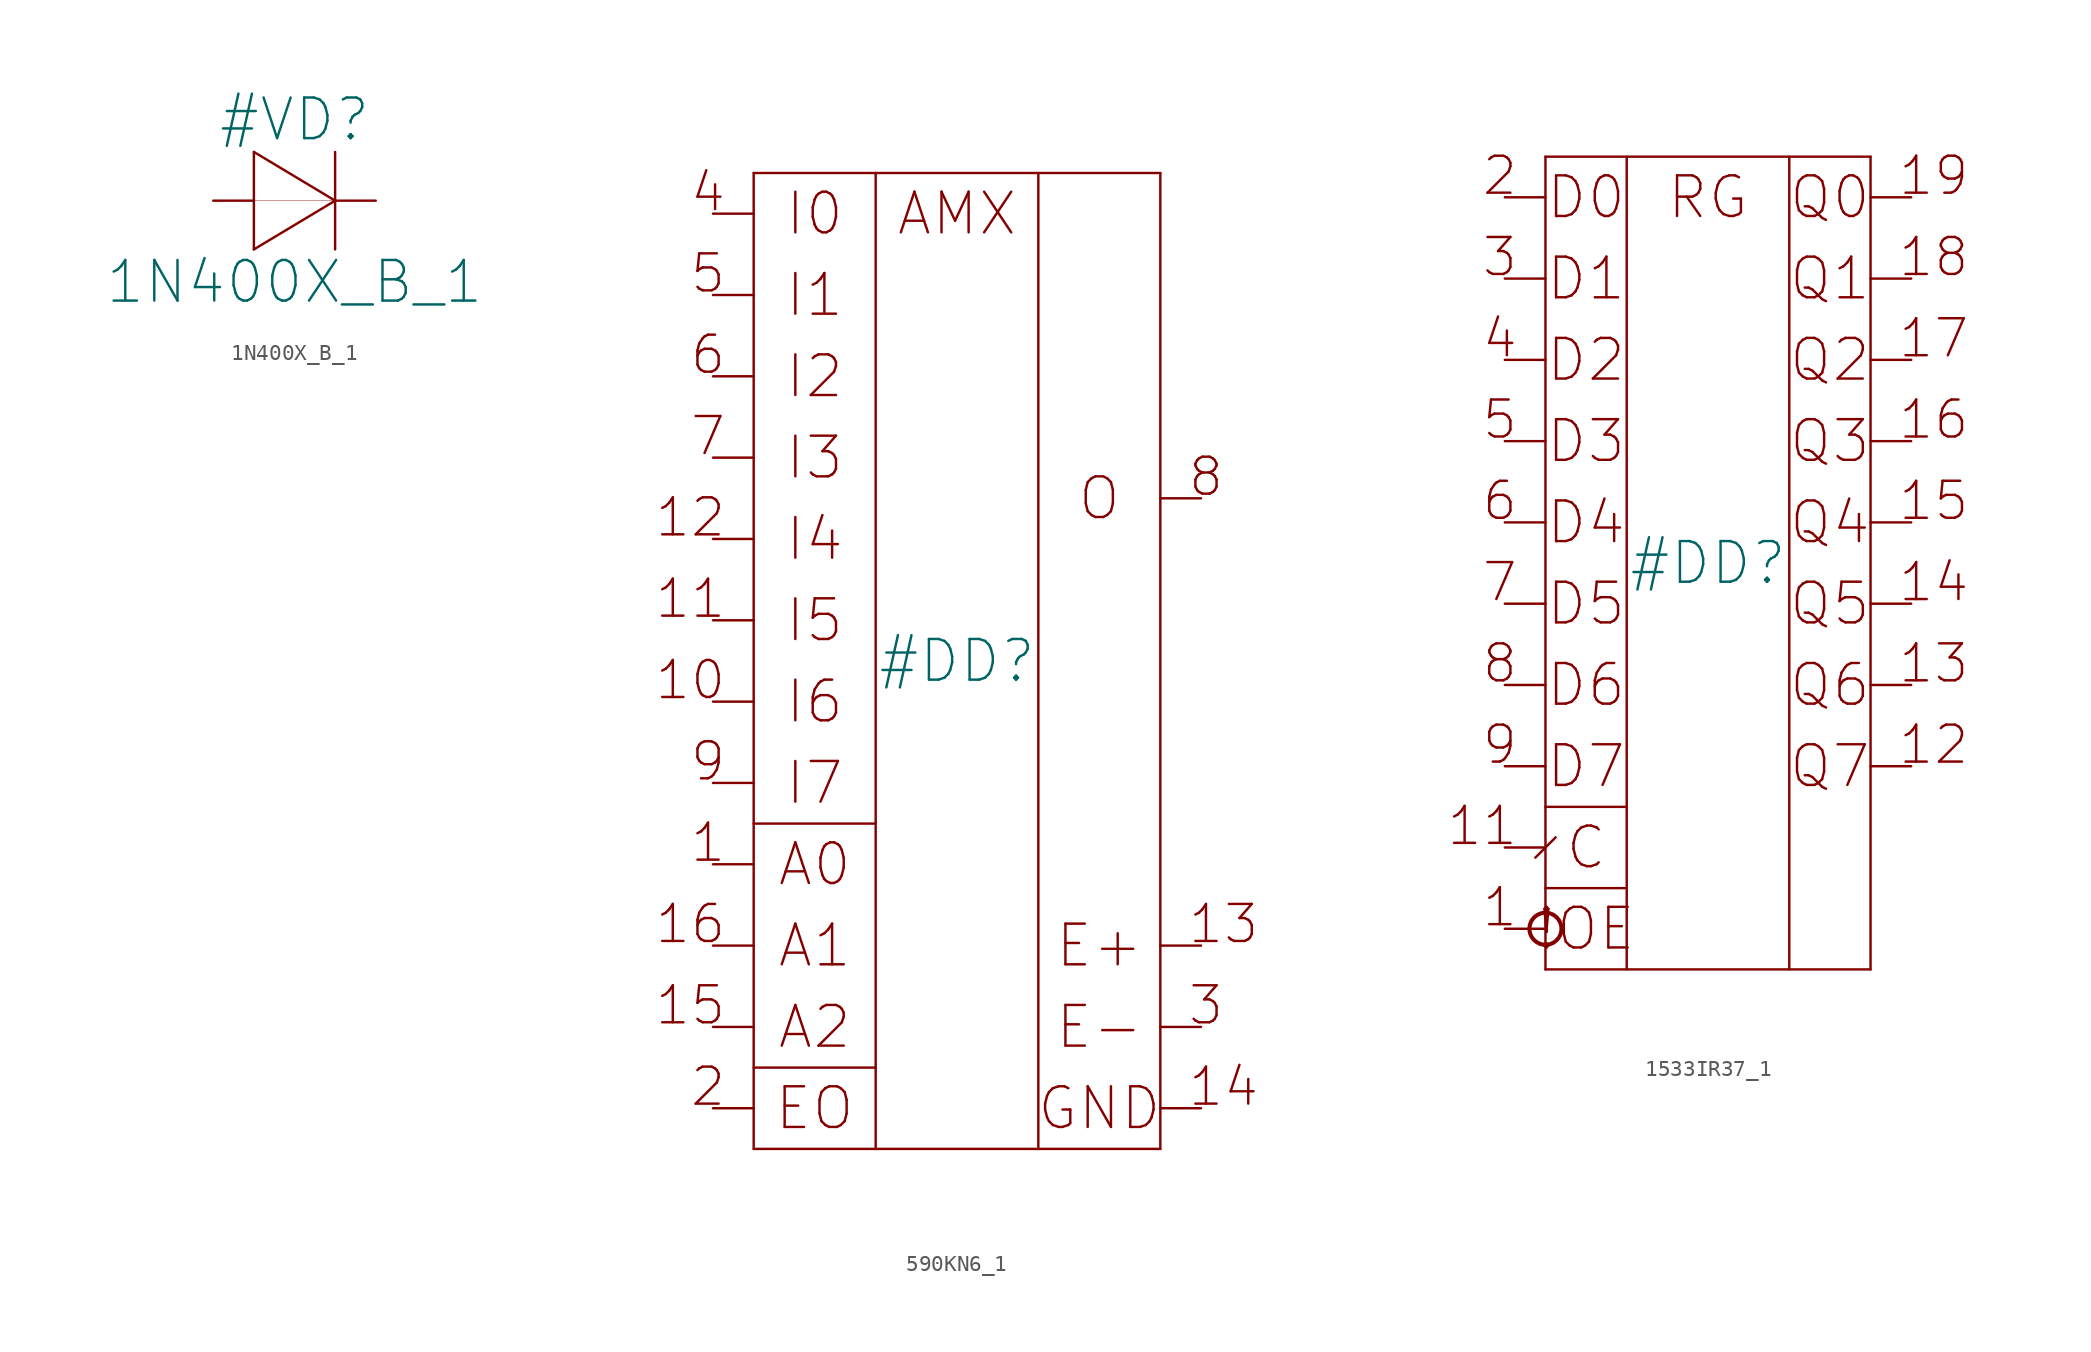
<source format=kicad_sym>
(kicad_symbol_lib
  (version 20211014)
  (generator kicad_symbol_editor)
  (symbol "1N400X_B_1"
    (property "Reference" "#VD"
      (at 5.08 5.08 0)
      (effects (font (size 2.54 2.54))))
    (property "Value" "1N400X_B_1"
      (at 5.08 -5.08 0)
      (effects (font (size 2.54 2.54))))
    (property "ki_locked" ""
      (at 0 0 0)
      (effects (font (size 1.27 1.27))))
    (symbol "1N400X_B_1_1_0"
      (polyline (pts (xy 2.54 -3.048) (xy 7.62 0)) (stroke (width 0.152) (type default) (color 0 0 0 0)) (fill (type none)))
      (polyline (pts (xy 2.54 0) (xy 7.62 0)) (stroke (width 0.025) (type default) (color 0 0 0 0)) (fill (type none)))
      (polyline (pts (xy 2.54 3.048) (xy 2.54 -3.048)) (stroke (width 0.152) (type default) (color 0 0 0 0)) (fill (type none)))
      (polyline (pts (xy 7.62 0) (xy 2.54 3.048)) (stroke (width 0.152) (type default) (color 0 0 0 0)) (fill (type none)))
      (polyline (pts (xy 7.62 3.048) (xy 7.62 -3.048)) (stroke (width 0.152) (type default) (color 0 0 0 0)) (fill (type none)))
      (pin passive line (at 0 0 0) (length 2.54) (name "A" (effects (font (size 0 0)))) (number "1" (effects (font (size 0 0)))))
      (pin passive line (at 10.16 0 180) (length 2.54) (name "C" (effects (font (size 0 0)))) (number "2" (effects (font (size 0 0)))))))
  (symbol "590KN6_1"
    (property "Reference" "#DD"
      (at 15.24 -27.94 0)
      (effects (font (size 2.54 2.54))))
    (property "ki_locked" ""
      (at 0 0 0)
      (effects (font (size 1.27 1.27))))
    (symbol "590KN6_1_1_0"
      (polyline (pts (xy 2.54 -58.42) (xy 2.54 2.54)) (stroke (width 0.152) (type default) (color 0 0 0 0)) (fill (type none)))
      (polyline (pts (xy 2.54 -53.34) (xy 10.16 -53.34)) (stroke (width 0.152) (type default) (color 0 0 0 0)) (fill (type none)))
      (polyline (pts (xy 2.54 -38.1) (xy 10.16 -38.1)) (stroke (width 0.152) (type default) (color 0 0 0 0)) (fill (type none)))
      (polyline (pts (xy 2.54 2.54) (xy 27.94 2.54)) (stroke (width 0.152) (type default) (color 0 0 0 0)) (fill (type none)))
      (polyline (pts (xy 10.16 2.54) (xy 10.16 -58.42)) (stroke (width 0.152) (type default) (color 0 0 0 0)) (fill (type none)))
      (polyline (pts (xy 20.32 2.54) (xy 20.32 -58.42)) (stroke (width 0.152) (type default) (color 0 0 0 0)) (fill (type none)))
      (polyline (pts (xy 27.94 -58.42) (xy 2.54 -58.42)) (stroke (width 0.152) (type default) (color 0 0 0 0)) (fill (type none)))
      (polyline (pts (xy 27.94 2.54) (xy 27.94 -58.42)) (stroke (width 0.152) (type default) (color 0 0 0 0)) (fill (type none)))
      (text "1" (at 0.889 -40.64 0) (effects (font (size 2.311 2.311)) (justify right bottom)))
      (text "10" (at 0.889 -30.48 0) (effects (font (size 2.311 2.311)) (justify right bottom)))
      (text "11" (at 0.889 -25.4 0) (effects (font (size 2.311 2.311)) (justify right bottom)))
      (text "12" (at 0.889 -20.32 0) (effects (font (size 2.311 2.311)) (justify right bottom)))
      (text "13" (at 29.591 -45.72 0) (effects (font (size 2.311 2.311)) (justify left bottom)))
      (text "14" (at 29.591 -55.88 0) (effects (font (size 2.311 2.311)) (justify left bottom)))
      (text "15" (at 0.889 -50.8 0) (effects (font (size 2.311 2.311)) (justify right bottom)))
      (text "16" (at 0.889 -45.72 0) (effects (font (size 2.311 2.311)) (justify right bottom)))
      (text "2" (at 0.889 -55.88 0) (effects (font (size 2.311 2.311)) (justify right bottom)))
      (text "3" (at 29.591 -50.8 0) (effects (font (size 2.311 2.311)) (justify left bottom)))
      (text "4" (at 0.889 0 0) (effects (font (size 2.311 2.311)) (justify right bottom)))
      (text "5" (at 0.889 -5.08 0) (effects (font (size 2.311 2.311)) (justify right bottom)))
      (text "6" (at 0.889 -10.16 0) (effects (font (size 2.311 2.311)) (justify right bottom)))
      (text "7" (at 0.889 -15.24 0) (effects (font (size 2.311 2.311)) (justify right bottom)))
      (text "8" (at 29.591 -17.78 0) (effects (font (size 2.311 2.311)) (justify left bottom)))
      (text "9" (at 0.889 -35.56 0) (effects (font (size 2.311 2.311)) (justify right bottom)))
      (text "A0" (at 6.35 -40.64 0) (effects (font (size 2.54 2.54))))
      (text "A1" (at 6.35 -45.72 0) (effects (font (size 2.54 2.54))))
      (text "A2" (at 6.35 -50.8 0) (effects (font (size 2.54 2.54))))
      (text "AMX" (at 15.24 0 0) (effects (font (size 2.54 2.54))))
      (text "E+" (at 24.13 -45.72 0) (effects (font (size 2.54 2.54))))
      (text "E-" (at 24.13 -50.8 0) (effects (font (size 2.54 2.54))))
      (text "EO" (at 6.35 -55.88 0) (effects (font (size 2.54 2.54))))
      (text "GND" (at 24.13 -55.88 0) (effects (font (size 2.54 2.54))))
      (text "I0" (at 6.35 0 0) (effects (font (size 2.54 2.54))))
      (text "I1" (at 6.35 -5.08 0) (effects (font (size 2.54 2.54))))
      (text "I2" (at 6.35 -10.16 0) (effects (font (size 2.54 2.54))))
      (text "I3" (at 6.35 -15.24 0) (effects (font (size 2.54 2.54))))
      (text "I4" (at 6.35 -20.32 0) (effects (font (size 2.54 2.54))))
      (text "I5" (at 6.35 -25.4 0) (effects (font (size 2.54 2.54))))
      (text "I6" (at 6.35 -30.48 0) (effects (font (size 2.54 2.54))))
      (text "I7" (at 6.35 -35.56 0) (effects (font (size 2.54 2.54))))
      (text "O" (at 24.13 -17.78 0) (effects (font (size 2.54 2.54))))
      (pin input line (at 0 -55.88 0) (length 2.54) (name "EO" (effects (font (size 0 0)))) (number "1" (effects (font (size 0 0)))))
      (pin bidirectional line (at 0 -35.56 0) (length 2.54) (name "I7" (effects (font (size 0 0)))) (number "10" (effects (font (size 0 0)))))
      (pin bidirectional line (at 0 0 0) (length 2.54) (name "I0" (effects (font (size 0 0)))) (number "11" (effects (font (size 0 0)))))
      (pin bidirectional line (at 0 -5.08 0) (length 2.54) (name "I1" (effects (font (size 0 0)))) (number "12" (effects (font (size 0 0)))))
      (pin power_in line (at 30.48 -55.88 180) (length 2.54) (name "GND" (effects (font (size 0 0)))) (number "13" (effects (font (size 0 0)))))
      (pin bidirectional line (at 30.48 -17.78 180) (length 2.54) (name "O" (effects (font (size 0 0)))) (number "14" (effects (font (size 0 0)))))
      (pin power_in line (at 30.48 -45.72 180) (length 2.54) (name "E+" (effects (font (size 0 0)))) (number "15" (effects (font (size 0 0)))))
      (pin power_in line (at 30.48 -50.8 180) (length 2.54) (name "E-" (effects (font (size 0 0)))) (number "16" (effects (font (size 0 0)))))
      (pin input line (at 0 -40.64 0) (length 2.54) (name "A0" (effects (font (size 0 0)))) (number "2" (effects (font (size 0 0)))))
      (pin bidirectional line (at 0 -25.4 0) (length 2.54) (name "I5" (effects (font (size 0 0)))) (number "3" (effects (font (size 0 0)))))
      (pin bidirectional line (at 0 -10.16 0) (length 2.54) (name "I2" (effects (font (size 0 0)))) (number "4" (effects (font (size 0 0)))))
      (pin input line (at 0 -45.72 0) (length 2.54) (name "A1" (effects (font (size 0 0)))) (number "5" (effects (font (size 0 0)))))
      (pin input line (at 0 -50.8 0) (length 2.54) (name "A2" (effects (font (size 0 0)))) (number "6" (effects (font (size 0 0)))))
      (pin bidirectional line (at 0 -15.24 0) (length 2.54) (name "I3" (effects (font (size 0 0)))) (number "7" (effects (font (size 0 0)))))
      (pin bidirectional line (at 0 -20.32 0) (length 2.54) (name "I4" (effects (font (size 0 0)))) (number "8" (effects (font (size 0 0)))))
      (pin bidirectional line (at 0 -30.48 0) (length 2.54) (name "I6" (effects (font (size 0 0)))) (number "9" (effects (font (size 0 0)))))))
  (symbol "1533IR37_1"
    (property "Reference" "#DD"
      (at 12.7 -22.86 0)
      (effects (font (size 2.54 2.54))))
    (property "ki_locked" ""
      (at 0 0 0)
      (effects (font (size 1.27 1.27))))
    (symbol "1533IR37_1_1_0"
      (polyline (pts (xy 2.54 -48.26) (xy 2.54 2.54)) (stroke (width 0.152) (type default) (color 0 0 0 0)) (fill (type none)))
      (polyline (pts (xy 2.54 -43.18) (xy 7.62 -43.18)) (stroke (width 0.152) (type default) (color 0 0 0 0)) (fill (type none)))
      (polyline (pts (xy 2.54 -38.1) (xy 7.62 -38.1)) (stroke (width 0.152) (type default) (color 0 0 0 0)) (fill (type none)))
      (polyline (pts (xy 2.54 2.54) (xy 22.86 2.54)) (stroke (width 0.152) (type default) (color 0 0 0 0)) (fill (type none)))
      (polyline (pts (xy 3.175 -40.005) (xy 1.905 -41.275)) (stroke (width 0.152) (type default) (color 0 0 0 0)) (fill (type none)))
      (polyline (pts (xy 7.62 2.54) (xy 7.62 -48.26)) (stroke (width 0.152) (type default) (color 0 0 0 0)) (fill (type none)))
      (polyline (pts (xy 17.78 2.54) (xy 17.78 -48.26)) (stroke (width 0.152) (type default) (color 0 0 0 0)) (fill (type none)))
      (polyline (pts (xy 22.86 -48.26) (xy 2.54 -48.26)) (stroke (width 0.152) (type default) (color 0 0 0 0)) (fill (type none)))
      (polyline (pts (xy 22.86 2.54) (xy 22.86 -48.26)) (stroke (width 0.152) (type default) (color 0 0 0 0)) (fill (type none)))
      (circle (center 2.54 -45.72) (radius 1) (stroke (width 0.254) (type default) (color 0 0 0 0)) (fill (type none)))
      (text "!OE" (at 5.08 -45.72 0) (effects (font (size 2.54 2.54))))
      (text "1" (at 0.889 -45.72 0) (effects (font (size 2.311 2.311)) (justify right bottom)))
      (text "11" (at 0.889 -40.64 0) (effects (font (size 2.311 2.311)) (justify right bottom)))
      (text "12" (at 24.511 -35.56 0) (effects (font (size 2.311 2.311)) (justify left bottom)))
      (text "13" (at 24.511 -30.48 0) (effects (font (size 2.311 2.311)) (justify left bottom)))
      (text "14" (at 24.511 -25.4 0) (effects (font (size 2.311 2.311)) (justify left bottom)))
      (text "15" (at 24.511 -20.32 0) (effects (font (size 2.311 2.311)) (justify left bottom)))
      (text "16" (at 24.511 -15.24 0) (effects (font (size 2.311 2.311)) (justify left bottom)))
      (text "17" (at 24.511 -10.16 0) (effects (font (size 2.311 2.311)) (justify left bottom)))
      (text "18" (at 24.511 -5.08 0) (effects (font (size 2.311 2.311)) (justify left bottom)))
      (text "19" (at 24.511 0 0) (effects (font (size 2.311 2.311)) (justify left bottom)))
      (text "2" (at 0.889 0 0) (effects (font (size 2.311 2.311)) (justify right bottom)))
      (text "3" (at 0.889 -5.08 0) (effects (font (size 2.311 2.311)) (justify right bottom)))
      (text "4" (at 0.889 -10.16 0) (effects (font (size 2.311 2.311)) (justify right bottom)))
      (text "5" (at 0.889 -15.24 0) (effects (font (size 2.311 2.311)) (justify right bottom)))
      (text "6" (at 0.889 -20.32 0) (effects (font (size 2.311 2.311)) (justify right bottom)))
      (text "7" (at 0.889 -25.4 0) (effects (font (size 2.311 2.311)) (justify right bottom)))
      (text "8" (at 0.889 -30.48 0) (effects (font (size 2.311 2.311)) (justify right bottom)))
      (text "9" (at 0.889 -35.56 0) (effects (font (size 2.311 2.311)) (justify right bottom)))
      (text "C" (at 5.08 -40.64 0) (effects (font (size 2.54 2.54))))
      (text "D0" (at 5.08 0 0) (effects (font (size 2.54 2.54))))
      (text "D1" (at 5.08 -5.08 0) (effects (font (size 2.54 2.54))))
      (text "D2" (at 5.08 -10.16 0) (effects (font (size 2.54 2.54))))
      (text "D3" (at 5.08 -15.24 0) (effects (font (size 2.54 2.54))))
      (text "D4" (at 5.08 -20.32 0) (effects (font (size 2.54 2.54))))
      (text "D5" (at 5.08 -25.4 0) (effects (font (size 2.54 2.54))))
      (text "D6" (at 5.08 -30.48 0) (effects (font (size 2.54 2.54))))
      (text "D7" (at 5.08 -35.56 0) (effects (font (size 2.54 2.54))))
      (text "Q0" (at 20.32 0 0) (effects (font (size 2.54 2.54))))
      (text "Q1" (at 20.32 -5.08 0) (effects (font (size 2.54 2.54))))
      (text "Q2" (at 20.32 -10.16 0) (effects (font (size 2.54 2.54))))
      (text "Q3" (at 20.32 -15.24 0) (effects (font (size 2.54 2.54))))
      (text "Q4" (at 20.32 -20.32 0) (effects (font (size 2.54 2.54))))
      (text "Q5" (at 20.32 -25.4 0) (effects (font (size 2.54 2.54))))
      (text "Q6" (at 20.32 -30.48 0) (effects (font (size 2.54 2.54))))
      (text "Q7" (at 20.32 -35.56 0) (effects (font (size 2.54 2.54))))
      (text "RG" (at 12.7 0 0) (effects (font (size 2.54 2.54))))
      (pin input line (at 0 -45.72 0) (length 2.54) (name "!OE" (effects (font (size 0 0)))) (number "1" (effects (font (size 0 0)))))
      (pin tri_state line (at 25.4 -35.56 180) (length 2.54) (name "Q7" (effects (font (size 0 0)))) (number "10" (effects (font (size 0 0)))))
      (pin input line (at 0 -5.08 0) (length 2.54) (name "D1" (effects (font (size 0 0)))) (number "11" (effects (font (size 0 0)))))
      (pin input line (at 0 -10.16 0) (length 2.54) (name "D2" (effects (font (size 0 0)))) (number "12" (effects (font (size 0 0)))))
      (pin input line (at 0 -20.32 0) (length 2.54) (name "D4" (effects (font (size 0 0)))) (number "13" (effects (font (size 0 0)))))
      (pin input line (at 0 -25.4 0) (length 2.54) (name "D5" (effects (font (size 0 0)))) (number "14" (effects (font (size 0 0)))))
      (pin tri_state line (at 25.4 -10.16 180) (length 2.54) (name "Q2" (effects (font (size 0 0)))) (number "15" (effects (font (size 0 0)))))
      (pin tri_state line (at 25.4 -5.08 180) (length 2.54) (name "Q1" (effects (font (size 0 0)))) (number "16" (effects (font (size 0 0)))))
      (pin tri_state line (at 25.4 -20.32 180) (length 2.54) (name "Q4" (effects (font (size 0 0)))) (number "17" (effects (font (size 0 0)))))
      (pin tri_state line (at 25.4 -25.4 180) (length 2.54) (name "Q5" (effects (font (size 0 0)))) (number "18" (effects (font (size 0 0)))))
      (pin input line (at 0 -35.56 0) (length 2.54) (name "D7" (effects (font (size 0 0)))) (number "2" (effects (font (size 0 0)))))
      (pin input line (at 0 -30.48 0) (length 2.54) (name "D6" (effects (font (size 0 0)))) (number "3" (effects (font (size 0 0)))))
      (pin tri_state line (at 25.4 -30.48 180) (length 2.54) (name "Q6" (effects (font (size 0 0)))) (number "4" (effects (font (size 0 0)))))
      (pin input line (at 0 -15.24 0) (length 2.54) (name "D3" (effects (font (size 0 0)))) (number "5" (effects (font (size 0 0)))))
      (pin tri_state line (at 25.4 -15.24 180) (length 2.54) (name "Q3" (effects (font (size 0 0)))) (number "6" (effects (font (size 0 0)))))
      (pin input line (at 0 0 0) (length 2.54) (name "D0" (effects (font (size 0 0)))) (number "7" (effects (font (size 0 0)))))
      (pin tri_state line (at 25.4 0 180) (length 2.54) (name "Q0" (effects (font (size 0 0)))) (number "8" (effects (font (size 0 0)))))
      (pin input line (at 0 -40.64 0) (length 2.54) (name "C" (effects (font (size 0 0)))) (number "9" (effects (font (size 0 0))))))))
</source>
